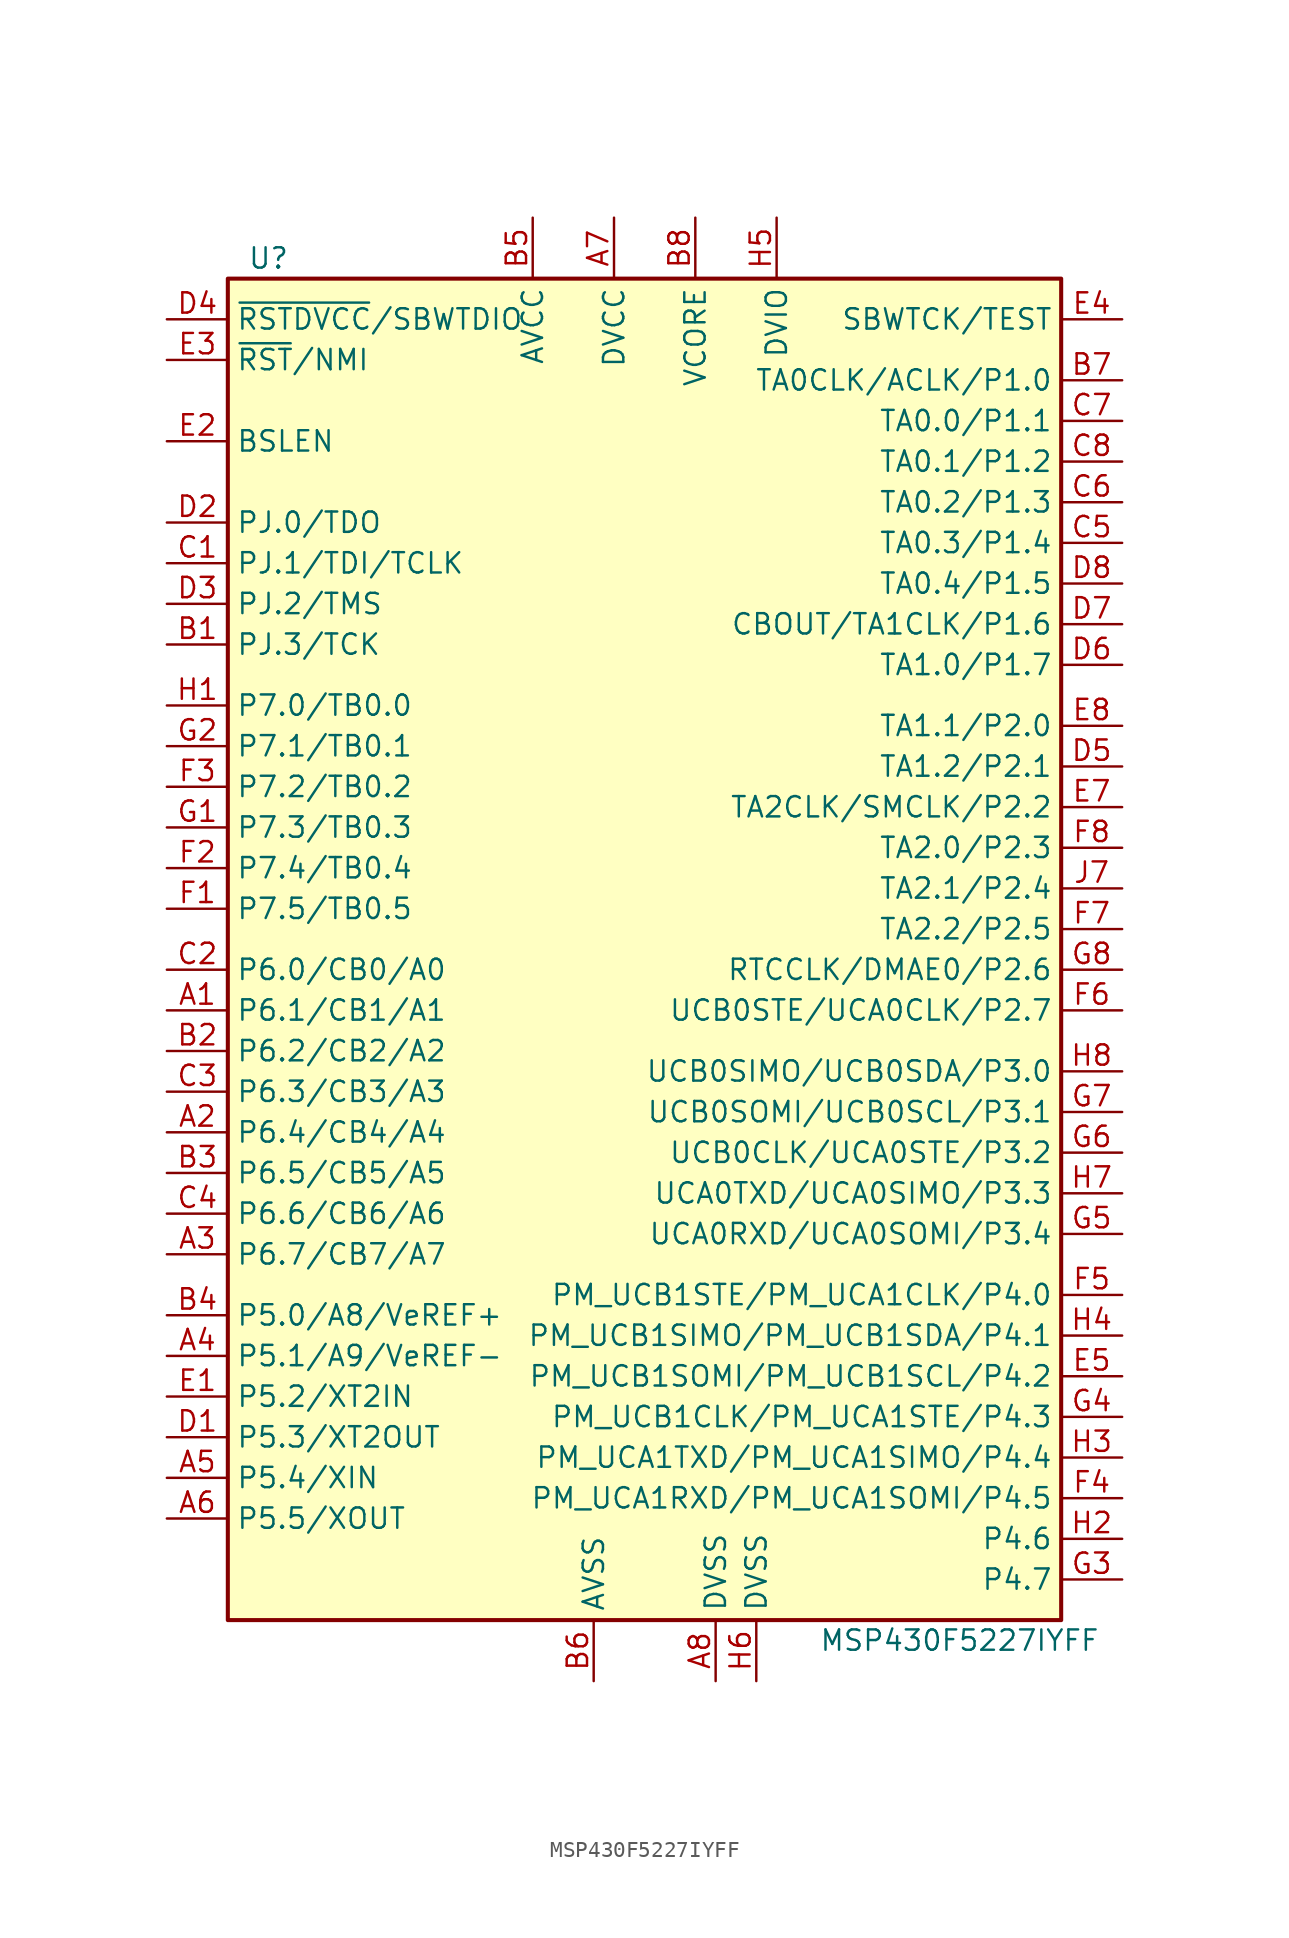
<source format=kicad_sym>
(kicad_symbol_lib
  (version 20241209)
  (generator "kicad_symbol_editor")
  (generator_version "9.0")
  (symbol "MSP430F5227IYFF"
    (property "Reference" "U"
      (at -24.13 43.18 0)
      (effects (font (size 1.27 1.27))))
    (property "Value" "MSP430F5227IYFF"
      (at 19.05 -43.18 0)
      (effects (font (size 1.27 1.27))))
    (symbol "MSP430F5227IYFF_0_1"
      (rectangle (start -26.67 41.91) (end 25.4 -41.91) (stroke (width 0.254) (type default)) (fill (type background))))
    (symbol "MSP430F5227IYFF_1_1"
      (pin bidirectional line (at -30.48 39.37 0) (length 3.81) (name "~{RSTDVCC}/SBWTDIO" (effects (font (size 1.27 1.27)))) (number "D4" (effects (font (size 1.27 1.27)))))
      (pin input line (at -30.48 36.83 0) (length 3.81) (name "~{RST}/NMI" (effects (font (size 1.27 1.27)))) (number "E3" (effects (font (size 1.27 1.27)))))
      (pin bidirectional line (at -30.48 31.75 0) (length 3.81) (name "BSLEN" (effects (font (size 1.27 1.27)))) (number "E2" (effects (font (size 1.27 1.27)))))
      (pin bidirectional line (at -30.48 26.67 0) (length 3.81) (name "PJ.0/TDO" (effects (font (size 1.27 1.27)))) (number "D2" (effects (font (size 1.27 1.27)))))
      (pin bidirectional line (at -30.48 24.13 0) (length 3.81) (name "PJ.1/TDI/TCLK" (effects (font (size 1.27 1.27)))) (number "C1" (effects (font (size 1.27 1.27)))))
      (pin bidirectional line (at -30.48 21.59 0) (length 3.81) (name "PJ.2/TMS" (effects (font (size 1.27 1.27)))) (number "D3" (effects (font (size 1.27 1.27)))))
      (pin bidirectional line (at -30.48 19.05 0) (length 3.81) (name "PJ.3/TCK" (effects (font (size 1.27 1.27)))) (number "B1" (effects (font (size 1.27 1.27)))))
      (pin bidirectional line (at -30.48 15.24 0) (length 3.81) (name "P7.0/TB0.0" (effects (font (size 1.27 1.27)))) (number "H1" (effects (font (size 1.27 1.27)))))
      (pin bidirectional line (at -30.48 12.7 0) (length 3.81) (name "P7.1/TB0.1" (effects (font (size 1.27 1.27)))) (number "G2" (effects (font (size 1.27 1.27)))))
      (pin bidirectional line (at -30.48 10.16 0) (length 3.81) (name "P7.2/TB0.2" (effects (font (size 1.27 1.27)))) (number "F3" (effects (font (size 1.27 1.27)))))
      (pin bidirectional line (at -30.48 7.62 0) (length 3.81) (name "P7.3/TB0.3" (effects (font (size 1.27 1.27)))) (number "G1" (effects (font (size 1.27 1.27)))))
      (pin bidirectional line (at -30.48 5.08 0) (length 3.81) (name "P7.4/TB0.4" (effects (font (size 1.27 1.27)))) (number "F2" (effects (font (size 1.27 1.27)))))
      (pin bidirectional line (at -30.48 2.54 0) (length 3.81) (name "P7.5/TB0.5" (effects (font (size 1.27 1.27)))) (number "F1" (effects (font (size 1.27 1.27)))))
      (pin bidirectional line (at -30.48 -1.27 0) (length 3.81) (name "P6.0/CB0/A0" (effects (font (size 1.27 1.27)))) (number "C2" (effects (font (size 1.27 1.27)))))
      (pin bidirectional line (at -30.48 -3.81 0) (length 3.81) (name "P6.1/CB1/A1" (effects (font (size 1.27 1.27)))) (number "A1" (effects (font (size 1.27 1.27)))))
      (pin bidirectional line (at -30.48 -6.35 0) (length 3.81) (name "P6.2/CB2/A2" (effects (font (size 1.27 1.27)))) (number "B2" (effects (font (size 1.27 1.27)))))
      (pin bidirectional line (at -30.48 -8.89 0) (length 3.81) (name "P6.3/CB3/A3" (effects (font (size 1.27 1.27)))) (number "C3" (effects (font (size 1.27 1.27)))))
      (pin bidirectional line (at -30.48 -11.43 0) (length 3.81) (name "P6.4/CB4/A4" (effects (font (size 1.27 1.27)))) (number "A2" (effects (font (size 1.27 1.27)))))
      (pin bidirectional line (at -30.48 -13.97 0) (length 3.81) (name "P6.5/CB5/A5" (effects (font (size 1.27 1.27)))) (number "B3" (effects (font (size 1.27 1.27)))))
      (pin bidirectional line (at -30.48 -16.51 0) (length 3.81) (name "P6.6/CB6/A6" (effects (font (size 1.27 1.27)))) (number "C4" (effects (font (size 1.27 1.27)))))
      (pin bidirectional line (at -30.48 -19.05 0) (length 3.81) (name "P6.7/CB7/A7" (effects (font (size 1.27 1.27)))) (number "A3" (effects (font (size 1.27 1.27)))))
      (pin bidirectional line (at -30.48 -22.86 0) (length 3.81) (name "P5.0/A8/VeREF+" (effects (font (size 1.27 1.27)))) (number "B4" (effects (font (size 1.27 1.27)))))
      (pin bidirectional line (at -30.48 -25.4 0) (length 3.81) (name "P5.1/A9/VeREF-" (effects (font (size 1.27 1.27)))) (number "A4" (effects (font (size 1.27 1.27)))))
      (pin bidirectional line (at -30.48 -27.94 0) (length 3.81) (name "P5.2/XT2IN" (effects (font (size 1.27 1.27)))) (number "E1" (effects (font (size 1.27 1.27)))))
      (pin bidirectional line (at -30.48 -30.48 0) (length 3.81) (name "P5.3/XT2OUT" (effects (font (size 1.27 1.27)))) (number "D1" (effects (font (size 1.27 1.27)))))
      (pin bidirectional line (at -30.48 -33.02 0) (length 3.81) (name "P5.4/XIN" (effects (font (size 1.27 1.27)))) (number "A5" (effects (font (size 1.27 1.27)))))
      (pin bidirectional line (at -30.48 -35.56 0) (length 3.81) (name "P5.5/XOUT" (effects (font (size 1.27 1.27)))) (number "A6" (effects (font (size 1.27 1.27)))))
      (pin power_in line (at -7.62 45.72 270) (length 3.81) (name "AVCC" (effects (font (size 1.27 1.27)))) (number "B5" (effects (font (size 1.27 1.27)))))
      (pin power_in line (at -3.81 -45.72 90) (length 3.81) (name "AVSS" (effects (font (size 1.27 1.27)))) (number "B6" (effects (font (size 1.27 1.27)))))
      (pin power_in line (at -2.54 45.72 270) (length 3.81) (name "DVCC" (effects (font (size 1.27 1.27)))) (number "A7" (effects (font (size 1.27 1.27)))))
      (pin power_in line (at 2.54 45.72 270) (length 3.81) (name "VCORE" (effects (font (size 1.27 1.27)))) (number "B8" (effects (font (size 1.27 1.27)))))
      (pin power_in line (at 3.81 -45.72 90) (length 3.81) (name "DVSS" (effects (font (size 1.27 1.27)))) (number "A8" (effects (font (size 1.27 1.27)))))
      (pin power_in line (at 6.35 -45.72 90) (length 3.81) (name "DVSS" (effects (font (size 1.27 1.27)))) (number "H6" (effects (font (size 1.27 1.27)))))
      (pin power_in line (at 7.62 45.72 270) (length 3.81) (name "DVIO" (effects (font (size 1.27 1.27)))) (number "H5" (effects (font (size 1.27 1.27)))))
      (pin input line (at 29.21 39.37 180) (length 3.81) (name "SBWTCK/TEST" (effects (font (size 1.27 1.27)))) (number "E4" (effects (font (size 1.27 1.27)))))
      (pin bidirectional line (at 29.21 35.56 180) (length 3.81) (name "TA0CLK/ACLK/P1.0" (effects (font (size 1.27 1.27)))) (number "B7" (effects (font (size 1.27 1.27)))))
      (pin bidirectional line (at 29.21 33.02 180) (length 3.81) (name "TA0.0/P1.1" (effects (font (size 1.27 1.27)))) (number "C7" (effects (font (size 1.27 1.27)))))
      (pin bidirectional line (at 29.21 30.48 180) (length 3.81) (name "TA0.1/P1.2" (effects (font (size 1.27 1.27)))) (number "C8" (effects (font (size 1.27 1.27)))))
      (pin bidirectional line (at 29.21 27.94 180) (length 3.81) (name "TA0.2/P1.3" (effects (font (size 1.27 1.27)))) (number "C6" (effects (font (size 1.27 1.27)))))
      (pin bidirectional line (at 29.21 25.4 180) (length 3.81) (name "TA0.3/P1.4" (effects (font (size 1.27 1.27)))) (number "C5" (effects (font (size 1.27 1.27)))))
      (pin bidirectional line (at 29.21 22.86 180) (length 3.81) (name "TA0.4/P1.5" (effects (font (size 1.27 1.27)))) (number "D8" (effects (font (size 1.27 1.27)))))
      (pin bidirectional line (at 29.21 20.32 180) (length 3.81) (name "CBOUT/TA1CLK/P1.6" (effects (font (size 1.27 1.27)))) (number "D7" (effects (font (size 1.27 1.27)))))
      (pin bidirectional line (at 29.21 17.78 180) (length 3.81) (name "TA1.0/P1.7" (effects (font (size 1.27 1.27)))) (number "D6" (effects (font (size 1.27 1.27)))))
      (pin bidirectional line (at 29.21 13.97 180) (length 3.81) (name "TA1.1/P2.0" (effects (font (size 1.27 1.27)))) (number "E8" (effects (font (size 1.27 1.27)))))
      (pin bidirectional line (at 29.21 11.43 180) (length 3.81) (name "TA1.2/P2.1" (effects (font (size 1.27 1.27)))) (number "D5" (effects (font (size 1.27 1.27)))))
      (pin bidirectional line (at 29.21 8.89 180) (length 3.81) (name "TA2CLK/SMCLK/P2.2" (effects (font (size 1.27 1.27)))) (number "E7" (effects (font (size 1.27 1.27)))))
      (pin bidirectional line (at 29.21 6.35 180) (length 3.81) (name "TA2.0/P2.3" (effects (font (size 1.27 1.27)))) (number "F8" (effects (font (size 1.27 1.27)))))
      (pin bidirectional line (at 29.21 3.81 180) (length 3.81) (name "TA2.1/P2.4" (effects (font (size 1.27 1.27)))) (number "J7" (effects (font (size 1.27 1.27)))))
      (pin bidirectional line (at 29.21 1.27 180) (length 3.81) (name "TA2.2/P2.5" (effects (font (size 1.27 1.27)))) (number "F7" (effects (font (size 1.27 1.27)))))
      (pin bidirectional line (at 29.21 -1.27 180) (length 3.81) (name "RTCCLK/DMAE0/P2.6" (effects (font (size 1.27 1.27)))) (number "G8" (effects (font (size 1.27 1.27)))))
      (pin bidirectional line (at 29.21 -3.81 180) (length 3.81) (name "UCB0STE/UCA0CLK/P2.7" (effects (font (size 1.27 1.27)))) (number "F6" (effects (font (size 1.27 1.27)))))
      (pin bidirectional line (at 29.21 -7.62 180) (length 3.81) (name "UCB0SIMO/UCB0SDA/P3.0" (effects (font (size 1.27 1.27)))) (number "H8" (effects (font (size 1.27 1.27)))))
      (pin bidirectional line (at 29.21 -10.16 180) (length 3.81) (name "UCB0SOMI/UCB0SCL/P3.1" (effects (font (size 1.27 1.27)))) (number "G7" (effects (font (size 1.27 1.27)))))
      (pin bidirectional line (at 29.21 -12.7 180) (length 3.81) (name "UCB0CLK/UCA0STE/P3.2" (effects (font (size 1.27 1.27)))) (number "G6" (effects (font (size 1.27 1.27)))))
      (pin bidirectional line (at 29.21 -15.24 180) (length 3.81) (name "UCA0TXD/UCA0SIMO/P3.3" (effects (font (size 1.27 1.27)))) (number "H7" (effects (font (size 1.27 1.27)))))
      (pin bidirectional line (at 29.21 -17.78 180) (length 3.81) (name "UCA0RXD/UCA0SOMI/P3.4" (effects (font (size 1.27 1.27)))) (number "G5" (effects (font (size 1.27 1.27)))))
      (pin bidirectional line (at 29.21 -21.59 180) (length 3.81) (name "PM_UCB1STE/PM_UCA1CLK/P4.0" (effects (font (size 1.27 1.27)))) (number "F5" (effects (font (size 1.27 1.27)))))
      (pin bidirectional line (at 29.21 -24.13 180) (length 3.81) (name "PM_UCB1SIMO/PM_UCB1SDA/P4.1" (effects (font (size 1.27 1.27)))) (number "H4" (effects (font (size 1.27 1.27)))))
      (pin bidirectional line (at 29.21 -26.67 180) (length 3.81) (name "PM_UCB1SOMI/PM_UCB1SCL/P4.2" (effects (font (size 1.27 1.27)))) (number "E5" (effects (font (size 1.27 1.27)))))
      (pin bidirectional line (at 29.21 -29.21 180) (length 3.81) (name "PM_UCB1CLK/PM_UCA1STE/P4.3" (effects (font (size 1.27 1.27)))) (number "G4" (effects (font (size 1.27 1.27)))))
      (pin bidirectional line (at 29.21 -31.75 180) (length 3.81) (name "PM_UCA1TXD/PM_UCA1SIMO/P4.4" (effects (font (size 1.27 1.27)))) (number "H3" (effects (font (size 1.27 1.27)))))
      (pin bidirectional line (at 29.21 -34.29 180) (length 3.81) (name "PM_UCA1RXD/PM_UCA1SOMI/P4.5" (effects (font (size 1.27 1.27)))) (number "F4" (effects (font (size 1.27 1.27)))))
      (pin bidirectional line (at 29.21 -36.83 180) (length 3.81) (name "P4.6" (effects (font (size 1.27 1.27)))) (number "H2" (effects (font (size 1.27 1.27)))))
      (pin bidirectional line (at 29.21 -39.37 180) (length 3.81) (name "P4.7" (effects (font (size 1.27 1.27)))) (number "G3" (effects (font (size 1.27 1.27))))))))
</source>
